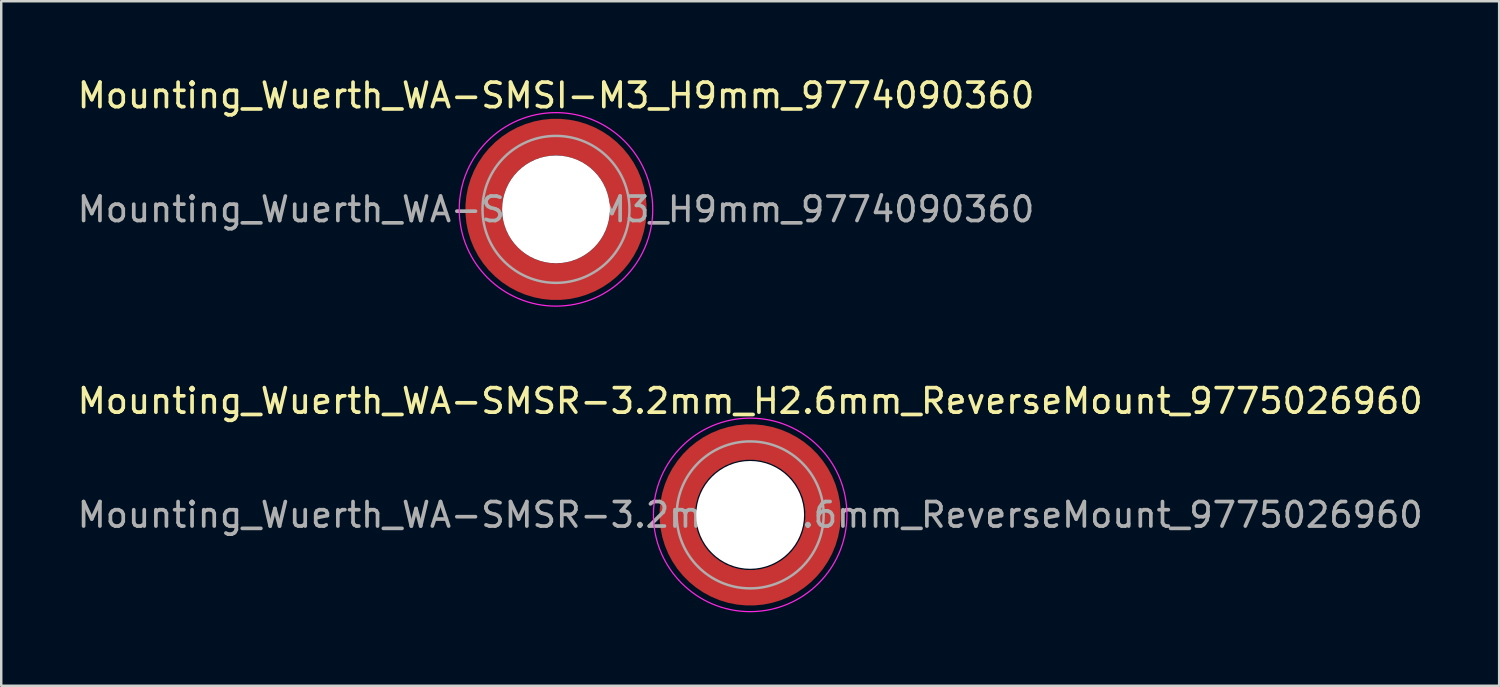
<source format=kicad_pcb>
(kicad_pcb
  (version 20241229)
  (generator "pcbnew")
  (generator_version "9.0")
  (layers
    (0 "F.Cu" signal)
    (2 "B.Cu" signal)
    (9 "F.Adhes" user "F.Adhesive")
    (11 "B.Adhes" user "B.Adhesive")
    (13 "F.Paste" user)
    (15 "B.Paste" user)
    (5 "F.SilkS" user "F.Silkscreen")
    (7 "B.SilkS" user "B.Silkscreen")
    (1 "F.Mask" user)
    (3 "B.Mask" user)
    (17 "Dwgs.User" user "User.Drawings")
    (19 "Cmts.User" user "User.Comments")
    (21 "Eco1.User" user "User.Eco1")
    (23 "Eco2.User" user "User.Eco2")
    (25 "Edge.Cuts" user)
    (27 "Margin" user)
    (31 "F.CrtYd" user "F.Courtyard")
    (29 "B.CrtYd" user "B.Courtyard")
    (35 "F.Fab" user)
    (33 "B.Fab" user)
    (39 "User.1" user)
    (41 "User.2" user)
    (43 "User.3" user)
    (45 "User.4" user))
  (footprint "Mounting_Wuerth_WA-SMSI-M3_H9mm_9774090360"
    (layer "F.Cu")
    (at 19.649 5.498)
    (property "Reference" "Mounting_Wuerth_WA-SMSI-M3_H9mm_9774090360" (at 0 -4.65 0) (layer "F.SilkS") (effects (font (size 1 1) (thickness 0.15))))
    (attr smd)
    (fp_circle (center 0 0) (end 3.95 0) (stroke (width 0.05) (type solid)) (fill no) (layer "F.CrtYd"))
    (fp_circle (center 0 0) (end 3 0) (stroke (width 0.1) (type solid)) (fill no) (layer "F.Fab"))
    (fp_text user "${REFERENCE}" (at 0 0 0) (layer "F.Fab") (effects (font (size 1 1) (thickness 0.15))))
    (pad "" smd custom (at -2.058 -2.058) (size 0.7 0.7) (layers "F.Paste") (options (anchor circle)) (primitives (gr_arc (start -0.377294 1.707681) (mid 0.317579 0.318817) (end 1.705947 -0.377044) (width 0.2)) (gr_arc (start -0.478281 1.707681) (mid 0.246161 0.248814) (end 1.703965 -0.477765) (width 0.2)) (gr_arc (start -0.579192 1.707681) (mid 0.175492 0.178063) (end 1.704077 -0.578711) (width 0.2)) (gr_arc (start -0.680037 1.707681) (mid 0.105568 0.106564) (end 1.706284 -0.679858) (width 0.2)) (gr_arc (start -0.780822 1.707681) (mid 0.034627 0.036085) (end 1.705634 -0.780569) (width 0.2)) (gr_arc (start -0.881554 1.707681) (mid -0.035694 -0.035016) (end 1.706729 -0.881441) (width 0.2)) (gr_arc (start -0.982237 1.707681) (mid -0.107281 -0.10485) (end 1.704266 -0.981842) (width 0.2)) (gr_arc (start -1.082877 1.707681) (mid -0.178372 -0.175181) (end 1.703197 -1.082374) (width 0.2)) (gr_arc (start -1.183476 1.707681) (mid -0.248964 -0.246008) (end 1.703525 -1.183025) (width 0.2)) (gr_arc (start -1.28404 1.707681) (mid -0.319062 -0.317333) (end 1.70525 -1.283784) (width 0.2)) (gr_line (start 1.708 -0.377) (end 1.708 -1.284) (width 0.2)) (gr_line (start -0.377 1.708) (end -1.284 1.708) (width 0.2))))
    (pad "" smd custom (at -2.058 2.058) (size 0.7 0.7) (layers "F.Paste") (options (anchor circle)) (primitives (gr_arc (start 1.707681 0.377294) (mid 0.318817 -0.317579) (end -0.377044 -1.705947) (width 0.2)) (gr_arc (start 1.707681 0.478281) (mid 0.248814 -0.246161) (end -0.477765 -1.703965) (width 0.2)) (gr_arc (start 1.707681 0.579192) (mid 0.178063 -0.175492) (end -0.578711 -1.704077) (width 0.2)) (gr_arc (start 1.707681 0.680037) (mid 0.106564 -0.105568) (end -0.679858 -1.706284) (width 0.2)) (gr_arc (start 1.707681 0.780822) (mid 0.036085 -0.034627) (end -0.780569 -1.705634) (width 0.2)) (gr_arc (start 1.707681 0.881554) (mid -0.035016 0.035694) (end -0.881441 -1.706729) (width 0.2)) (gr_arc (start 1.707681 0.982237) (mid -0.10485 0.107281) (end -0.981842 -1.704266) (width 0.2)) (gr_arc (start 1.707681 1.082877) (mid -0.175181 0.178372) (end -1.082374 -1.703197) (width 0.2)) (gr_arc (start 1.707681 1.183476) (mid -0.246008 0.248964) (end -1.183025 -1.703525) (width 0.2)) (gr_arc (start 1.707681 1.28404) (mid -0.317333 0.319062) (end -1.283784 -1.70525) (width 0.2)) (gr_line (start -0.377 -1.708) (end -1.284 -1.708) (width 0.2)) (gr_line (start 1.708 0.377) (end 1.708 1.284) (width 0.2))))
    (pad "" np_thru_hole circle (at 0 0) (size 4.4 4.4) (drill 4.4) (layers "*.Cu" "*.Mask"))
    (pad "" smd custom (at 2.058 -2.058) (size 0.7 0.7) (layers "F.Paste") (options (anchor circle)) (primitives (gr_arc (start -1.707681 -0.377294) (mid -0.318817 0.317579) (end 0.377044 1.705947) (width 0.2)) (gr_arc (start -1.707681 -0.478281) (mid -0.248814 0.246161) (end 0.477765 1.703965) (width 0.2)) (gr_arc (start -1.707681 -0.579192) (mid -0.178063 0.175492) (end 0.578711 1.704077) (width 0.2)) (gr_arc (start -1.707681 -0.680037) (mid -0.106564 0.105568) (end 0.679858 1.706284) (width 0.2)) (gr_arc (start -1.707681 -0.780822) (mid -0.036085 0.034627) (end 0.780569 1.705634) (width 0.2)) (gr_arc (start -1.707681 -0.881554) (mid 0.035016 -0.035694) (end 0.881441 1.706729) (width 0.2)) (gr_arc (start -1.707681 -0.982237) (mid 0.10485 -0.107281) (end 0.981842 1.704266) (width 0.2)) (gr_arc (start -1.707681 -1.082877) (mid 0.175181 -0.178372) (end 1.082374 1.703197) (width 0.2)) (gr_arc (start -1.707681 -1.183476) (mid 0.246008 -0.248964) (end 1.183025 1.703525) (width 0.2)) (gr_arc (start -1.707681 -1.28404) (mid 0.317333 -0.319062) (end 1.283784 1.70525) (width 0.2)) (gr_line (start 0.377 1.708) (end 1.284 1.708) (width 0.2)) (gr_line (start -1.708 -0.377) (end -1.708 -1.284) (width 0.2))))
    (pad "" smd custom (at 2.058 2.058) (size 0.7 0.7) (layers "F.Paste") (options (anchor circle)) (primitives (gr_arc (start 0.377294 -1.707681) (mid -0.317579 -0.318817) (end -1.705947 0.377044) (width 0.2)) (gr_arc (start 0.478281 -1.707681) (mid -0.246161 -0.248814) (end -1.703965 0.477765) (width 0.2)) (gr_arc (start 0.579192 -1.707681) (mid -0.175492 -0.178063) (end -1.704077 0.578711) (width 0.2)) (gr_arc (start 0.680037 -1.707681) (mid -0.105568 -0.106564) (end -1.706284 0.679858) (width 0.2)) (gr_arc (start 0.780822 -1.707681) (mid -0.034627 -0.036085) (end -1.705634 0.780569) (width 0.2)) (gr_arc (start 0.881554 -1.707681) (mid 0.035694 0.035016) (end -1.706729 0.881441) (width 0.2)) (gr_arc (start 0.982237 -1.707681) (mid 0.107281 0.10485) (end -1.704266 0.981842) (width 0.2)) (gr_arc (start 1.082877 -1.707681) (mid 0.178372 0.175181) (end -1.703197 1.082374) (width 0.2)) (gr_arc (start 1.183476 -1.707681) (mid 0.248964 0.246008) (end -1.703525 1.183025) (width 0.2)) (gr_arc (start 1.28404 -1.707681) (mid 0.319062 0.317333) (end -1.70525 1.283784) (width 0.2)) (gr_line (start -1.708 0.377) (end -1.708 1.284) (width 0.2)) (gr_line (start 0.377 -1.708) (end 1.284 -1.708) (width 0.2))))
    (pad "1" smd circle (at -2.95 0) (size 1.1 1.1) (layers "F.Cu"))
    (pad "1" smd circle (at 0 -2.95) (size 1.1 1.1) (layers "F.Cu"))
    (pad "1" smd circle (at 0 2.95) (size 1.1 1.1) (layers "F.Cu"))
    (pad "1" smd custom (at 2.95 0) (size 1.1 1.1) (layers "F.Cu" "F.Mask") (options (anchor circle)) (primitives (gr_circle (center -2.95 0) (end 0 0) (width 1.5) (fill no)))))
  (footprint "Mounting_Wuerth_WA-SMSR-3.2mm_H2.6mm_ReverseMount_9775026960"
    (layer "F.Cu")
    (at 27.577 17.971)
    (property "Reference" "Mounting_Wuerth_WA-SMSR-3.2mm_H2.6mm_ReverseMount_9775026960" (at 0 -4.65 0) (layer "F.SilkS") (effects (font (size 1 1) (thickness 0.15))))
    (attr smd)
    (fp_circle (center 0 0) (end 3.95 0) (stroke (width 0.05) (type solid)) (fill no) (layer "F.CrtYd"))
    (fp_circle (center 0 0) (end 3 0) (stroke (width 0.1) (type solid)) (fill no) (layer "F.Fab"))
    (fp_text user "${REFERENCE}" (at 0 0 0) (layer "F.Fab") (effects (font (size 1 1) (thickness 0.15))))
    (pad "" smd custom (at -2.095 -2.095) (size 0.945 0.945) (layers "F.Paste") (options (anchor circle)) (primitives (gr_arc (start -0.24231 1.594804) (mid 0.404104 0.405534) (end 1.592827 -0.241886) (width 0.2)) (gr_arc (start -0.3398 1.594804) (mid 0.335987 0.338711) (end 1.591031 -0.339022) (width 0.2)) (gr_arc (start -0.437132 1.594804) (mid 0.268952 0.270807) (end 1.592231 -0.436623) (width 0.2)) (gr_arc (start -0.534324 1.594804) (mid 0.201345 0.203474) (end 1.591846 -0.53376) (width 0.2)) (gr_arc (start -0.631391 1.594804) (mid 0.134696 0.135183) (end 1.594126 -0.631267) (width 0.2)) (gr_arc (start -0.728345 1.594804) (mid 0.067234 0.067705) (end 1.594149 -0.728229) (width 0.2)) (gr_arc (start -0.825197 1.594804) (mid -0.001218 0.001219) (end 1.591408 -0.824614) (width 0.2)) (gr_arc (start -0.921958 1.594804) (mid -0.068952 -0.065985) (end 1.590665 -0.921269) (width 0.2)) (gr_arc (start -1.018637 1.594804) (mid -0.135972 -0.133907) (end 1.59192 -1.018172) (width 0.2)) (gr_arc (start -1.115239 1.594804) (mid -0.20428 -0.200537) (end 1.589574 -1.11442) (width 0.2)) (gr_arc (start -1.211773 1.594804) (mid -0.26993 -0.269828) (end 1.594662 -1.211751) (width 0.2)) (gr_arc (start -1.308244 1.594804) (mid -0.33911 -0.335587) (end 1.589875 -1.307516) (width 0.2)) (gr_arc (start -1.404657 1.594804) (mid -0.405633 -0.404004) (end 1.592524 -1.404331) (width 0.2)) (gr_arc (start -1.404657 1.594804) (mid -0.405633 -0.404004) (end 1.592524 -1.404331) (width 0.2)) (gr_line (start 1.595 -0.242) (end 1.595 -1.405) (width 0.2)) (gr_line (start -0.242 1.595) (end -1.405 1.595) (width 0.2))))
    (pad "" smd custom (at -2.095 2.095) (size 0.945 0.945) (layers "F.Paste") (options (anchor circle)) (primitives (gr_arc (start 1.594804 0.24231) (mid 0.405534 -0.404104) (end -0.241886 -1.592827) (width 0.2)) (gr_arc (start 1.594804 0.3398) (mid 0.338711 -0.335987) (end -0.339022 -1.591031) (width 0.2)) (gr_arc (start 1.594804 0.437132) (mid 0.270807 -0.268952) (end -0.436623 -1.592231) (width 0.2)) (gr_arc (start 1.594804 0.534324) (mid 0.203474 -0.201345) (end -0.53376 -1.591846) (width 0.2)) (gr_arc (start 1.594804 0.631391) (mid 0.135183 -0.134696) (end -0.631267 -1.594126) (width 0.2)) (gr_arc (start 1.594804 0.728345) (mid 0.067705 -0.067234) (end -0.728229 -1.594149) (width 0.2)) (gr_arc (start 1.594804 0.825197) (mid 0.001219 0.001218) (end -0.824614 -1.591408) (width 0.2)) (gr_arc (start 1.594804 0.921958) (mid -0.065985 0.068952) (end -0.921269 -1.590665) (width 0.2)) (gr_arc (start 1.594804 1.018637) (mid -0.133907 0.135972) (end -1.018172 -1.59192) (width 0.2)) (gr_arc (start 1.594804 1.115239) (mid -0.200537 0.20428) (end -1.11442 -1.589574) (width 0.2)) (gr_arc (start 1.594804 1.211773) (mid -0.269828 0.26993) (end -1.211751 -1.594662) (width 0.2)) (gr_arc (start 1.594804 1.308244) (mid -0.335587 0.33911) (end -1.307516 -1.589875) (width 0.2)) (gr_arc (start 1.594804 1.404657) (mid -0.404004 0.405633) (end -1.404331 -1.592524) (width 0.2)) (gr_arc (start 1.594804 1.404657) (mid -0.404004 0.405633) (end -1.404331 -1.592524) (width 0.2)) (gr_line (start -0.242 -1.595) (end -1.405 -1.595) (width 0.2)) (gr_line (start 1.595 0.242) (end 1.595 1.405) (width 0.2))))
    (pad "" np_thru_hole circle (at 0 0) (size 4.4 4.4) (drill 4.4) (layers "*.Cu" "*.Mask"))
    (pad "" smd custom (at 2.095 -2.095) (size 0.945 0.945) (layers "F.Paste") (options (anchor circle)) (primitives (gr_arc (start -1.594804 -0.24231) (mid -0.405534 0.404104) (end 0.241886 1.592827) (width 0.2)) (gr_arc (start -1.594804 -0.3398) (mid -0.338711 0.335987) (end 0.339022 1.591031) (width 0.2)) (gr_arc (start -1.594804 -0.437132) (mid -0.270807 0.268952) (end 0.436623 1.592231) (width 0.2)) (gr_arc (start -1.594804 -0.534324) (mid -0.203474 0.201345) (end 0.53376 1.591846) (width 0.2)) (gr_arc (start -1.594804 -0.631391) (mid -0.135183 0.134696) (end 0.631267 1.594126) (width 0.2)) (gr_arc (start -1.594804 -0.728345) (mid -0.067705 0.067234) (end 0.728229 1.594149) (width 0.2)) (gr_arc (start -1.594804 -0.825197) (mid -0.001219 -0.001218) (end 0.824614 1.591408) (width 0.2)) (gr_arc (start -1.594804 -0.921958) (mid 0.065985 -0.068952) (end 0.921269 1.590665) (width 0.2)) (gr_arc (start -1.594804 -1.018637) (mid 0.133907 -0.135972) (end 1.018172 1.59192) (width 0.2)) (gr_arc (start -1.594804 -1.115239) (mid 0.200537 -0.20428) (end 1.11442 1.589574) (width 0.2)) (gr_arc (start -1.594804 -1.211773) (mid 0.269828 -0.26993) (end 1.211751 1.594662) (width 0.2)) (gr_arc (start -1.594804 -1.308244) (mid 0.335587 -0.33911) (end 1.307516 1.589875) (width 0.2)) (gr_arc (start -1.594804 -1.404657) (mid 0.404004 -0.405633) (end 1.404331 1.592524) (width 0.2)) (gr_arc (start -1.594804 -1.404657) (mid 0.404004 -0.405633) (end 1.404331 1.592524) (width 0.2)) (gr_line (start 0.242 1.595) (end 1.405 1.595) (width 0.2)) (gr_line (start -1.595 -0.242) (end -1.595 -1.405) (width 0.2))))
    (pad "" smd custom (at 2.095 2.095) (size 0.945 0.945) (layers "F.Paste") (options (anchor circle)) (primitives (gr_arc (start 0.24231 -1.594804) (mid -0.404104 -0.405534) (end -1.592827 0.241886) (width 0.2)) (gr_arc (start 0.3398 -1.594804) (mid -0.335987 -0.338711) (end -1.591031 0.339022) (width 0.2)) (gr_arc (start 0.437132 -1.594804) (mid -0.268952 -0.270807) (end -1.592231 0.436623) (width 0.2)) (gr_arc (start 0.534324 -1.594804) (mid -0.201345 -0.203474) (end -1.591846 0.53376) (width 0.2)) (gr_arc (start 0.631391 -1.594804) (mid -0.134696 -0.135183) (end -1.594126 0.631267) (width 0.2)) (gr_arc (start 0.728345 -1.594804) (mid -0.067234 -0.067705) (end -1.594149 0.728229) (width 0.2)) (gr_arc (start 0.825197 -1.594804) (mid 0.001218 -0.001219) (end -1.591408 0.824614) (width 0.2)) (gr_arc (start 0.921958 -1.594804) (mid 0.068952 0.065985) (end -1.590665 0.921269) (width 0.2)) (gr_arc (start 1.018637 -1.594804) (mid 0.135972 0.133907) (end -1.59192 1.018172) (width 0.2)) (gr_arc (start 1.115239 -1.594804) (mid 0.20428 0.200537) (end -1.589574 1.11442) (width 0.2)) (gr_arc (start 1.211773 -1.594804) (mid 0.26993 0.269828) (end -1.594662 1.211751) (width 0.2)) (gr_arc (start 1.308244 -1.594804) (mid 0.33911 0.335587) (end -1.589875 1.307516) (width 0.2)) (gr_arc (start 1.404657 -1.594804) (mid 0.405633 0.404004) (end -1.592524 1.404331) (width 0.2)) (gr_arc (start 1.404657 -1.594804) (mid 0.405633 0.404004) (end -1.592524 1.404331) (width 0.2)) (gr_line (start -1.595 0.242) (end -1.595 1.405) (width 0.2)) (gr_line (start 0.242 -1.595) (end 1.405 -1.595) (width 0.2))))
    (pad "1" smd circle (at -2.975 0) (size 1.05 1.05) (layers "F.Cu"))
    (pad "1" smd circle (at 0 -2.975) (size 1.05 1.05) (layers "F.Cu"))
    (pad "1" smd circle (at 0 2.975) (size 1.05 1.05) (layers "F.Cu"))
    (pad "1" smd custom (at 2.975 0) (size 1.05 1.05) (layers "F.Cu" "F.Mask") (options (anchor circle)) (primitives (gr_circle (center -2.975 0) (end 0 0) (width 1.45) (fill no)))))
  (gr_rect
    (start -3 -3)
    (end 58.155 24.947)
    (stroke (width 0.1) (type default))
    (fill no)
    (layer "Edge.Cuts")))
</source>
